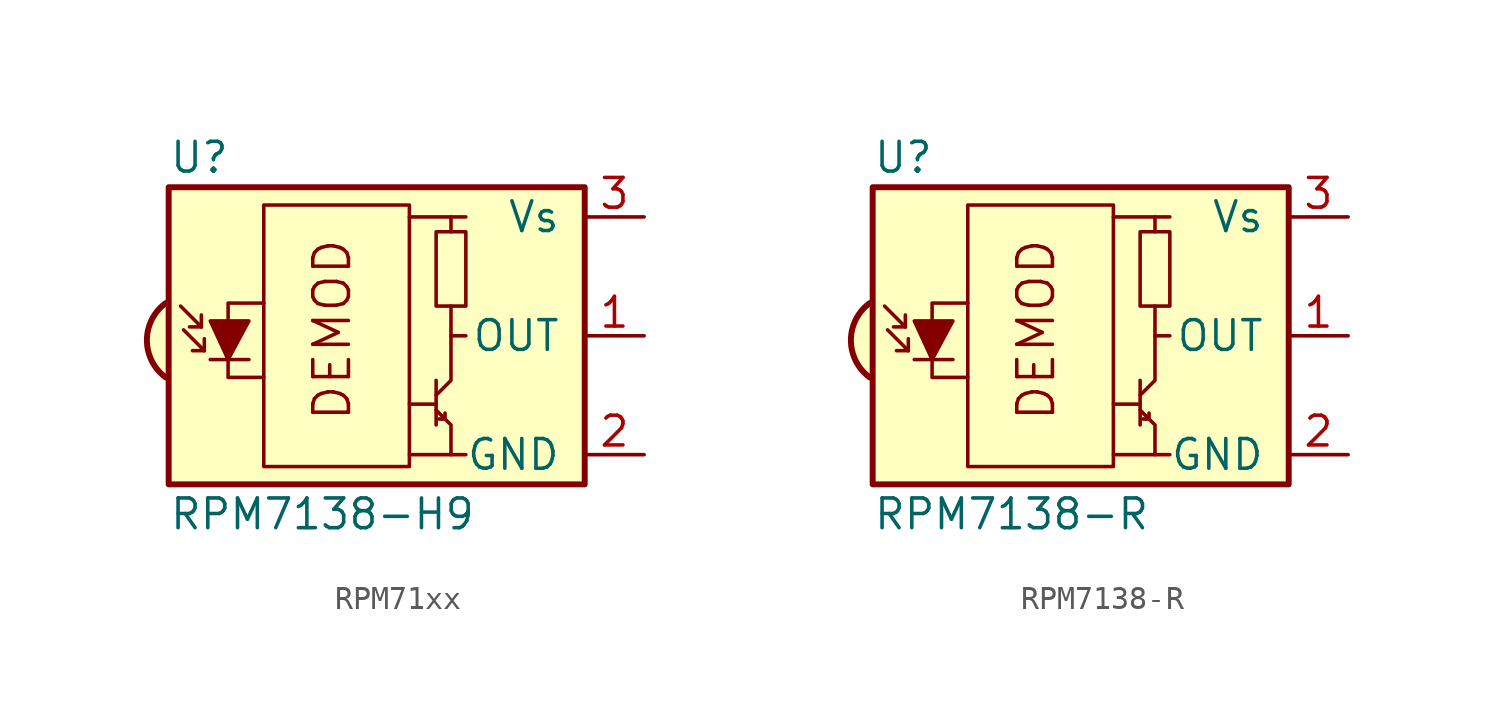
<source format=kicad_sym>
(kicad_symbol_lib
  (version 20231120)
  (generator "kicad_symbol_editor")
  (generator_version "8.0")
  (symbol "RPM71xx"
    (pin_names
      (offset 1.016))
    (property "Reference" "U"
      (at -10.16 7.62 0)
      (effects (font (size 1.27 1.27)) (justify left)))
    (property "Value" "RPM7138-H9"
      (at -10.16 -7.62 0)
      (effects (font (size 1.27 1.27)) (justify left)))
    (symbol "RPM71xx_0_0"
      (arc (start -10.287 1.397) (mid -11.0899 -0.1852) (end -10.287 -1.778) (stroke (width 0.254) (type default)) (fill (type background)))
      (polyline (pts (xy 1.905 -5.08) (xy 0.127 -5.08)) (stroke (width 0) (type default)) (fill (type none)))
      (polyline (pts (xy 1.905 5.08) (xy 0.127 5.08)) (stroke (width 0) (type default)) (fill (type none)))
      (text "DEMOD" (at -3.175 0.254 900) (effects (font (size 1.524 1.524)))))
    (symbol "RPM71xx_0_1"
      (rectangle (start -6.096 5.588) (end 0.127 -5.588) (stroke (width 0) (type default)) (fill (type none)))
      (polyline (pts (xy -8.763 0.381) (xy -9.652 1.27)) (stroke (width 0) (type default)) (fill (type none)))
      (polyline (pts (xy -8.763 0.381) (xy -9.271 0.381)) (stroke (width 0) (type default)) (fill (type none)))
      (polyline (pts (xy -8.763 0.381) (xy -8.763 0.889)) (stroke (width 0) (type default)) (fill (type none)))
      (polyline (pts (xy -8.636 -0.635) (xy -9.525 0.254)) (stroke (width 0) (type default)) (fill (type none)))
      (polyline (pts (xy -8.636 -0.635) (xy -9.144 -0.635)) (stroke (width 0) (type default)) (fill (type none)))
      (polyline (pts (xy -8.636 -0.635) (xy -8.636 -0.127)) (stroke (width 0) (type default)) (fill (type none)))
      (polyline (pts (xy -8.382 -1.016) (xy -6.731 -1.016)) (stroke (width 0) (type default)) (fill (type none)))
      (polyline (pts (xy 1.27 -2.921) (xy 0.127 -2.921)) (stroke (width 0) (type default)) (fill (type none)))
      (polyline (pts (xy 1.27 -1.905) (xy 1.27 -3.81)) (stroke (width 0) (type default)) (fill (type none)))
      (polyline (pts (xy 1.397 -3.556) (xy 1.524 -3.556)) (stroke (width 0) (type default)) (fill (type none)))
      (polyline (pts (xy 1.651 -3.556) (xy 1.524 -3.556)) (stroke (width 0) (type default)) (fill (type none)))
      (polyline (pts (xy 1.651 -3.556) (xy 1.651 -3.302)) (stroke (width 0) (type default)) (fill (type none)))
      (polyline (pts (xy 1.905 0) (xy 1.905 1.27)) (stroke (width 0) (type default)) (fill (type none)))
      (polyline (pts (xy 1.905 4.445) (xy 1.905 5.08) (xy 2.54 5.08)) (stroke (width 0) (type default)) (fill (type none)))
      (polyline (pts (xy -8.382 0.635) (xy -6.731 0.635) (xy -7.62 -1.016) (xy -8.382 0.635)) (stroke (width 0) (type default)) (fill (type outline)))
      (polyline (pts (xy -6.096 1.397) (xy -7.62 1.397) (xy -7.62 -1.778) (xy -6.096 -1.778)) (stroke (width 0) (type default)) (fill (type none)))
      (polyline (pts (xy 1.27 -3.175) (xy 1.905 -3.81) (xy 1.905 -5.08) (xy 2.54 -5.08)) (stroke (width 0) (type default)) (fill (type none)))
      (polyline (pts (xy 1.27 -2.54) (xy 1.905 -1.905) (xy 1.905 0) (xy 2.54 0)) (stroke (width 0) (type default)) (fill (type none)))
      (rectangle (start 2.54 1.27) (end 1.27 4.445) (stroke (width 0) (type default)) (fill (type none)))
      (rectangle (start 7.62 6.35) (end -10.16 -6.35) (stroke (width 0.254) (type default)) (fill (type background))))
    (symbol "RPM71xx_1_1"
      (pin output line (at 10.16 0 180) (length 2.54) (name "OUT" (effects (font (size 1.27 1.27)))) (number "1" (effects (font (size 1.27 1.27)))))
      (pin power_in line (at 10.16 -5.08 180) (length 2.54) (name "GND" (effects (font (size 1.27 1.27)))) (number "2" (effects (font (size 1.27 1.27)))))
      (pin power_in line (at 10.16 5.08 180) (length 2.54) (name "Vs" (effects (font (size 1.27 1.27)))) (number "3" (effects (font (size 1.27 1.27)))))))
  (symbol "RPM7138-R"
    (pin_names
      (offset 1.016))
    (property "Reference" "U"
      (at -10.16 7.62 0)
      (effects (font (size 1.27 1.27)) (justify left)))
    (property "Value" "RPM7138-R"
      (at -10.16 -7.62 0)
      (effects (font (size 1.27 1.27)) (justify left)))
    (symbol "RPM7138-R_0_0"
      (arc (start -10.287 1.397) (mid -11.0899 -0.1852) (end -10.287 -1.778) (stroke (width 0.254) (type default)) (fill (type background)))
      (polyline (pts (xy 1.905 -5.08) (xy 0.127 -5.08)) (stroke (width 0) (type default)) (fill (type none)))
      (polyline (pts (xy 1.905 5.08) (xy 0.127 5.08)) (stroke (width 0) (type default)) (fill (type none)))
      (text "DEMOD" (at -3.175 0.254 900) (effects (font (size 1.524 1.524)))))
    (symbol "RPM7138-R_0_1"
      (rectangle (start -6.096 5.588) (end 0.127 -5.588) (stroke (width 0) (type default)) (fill (type none)))
      (polyline (pts (xy -8.763 0.381) (xy -9.652 1.27)) (stroke (width 0) (type default)) (fill (type none)))
      (polyline (pts (xy -8.763 0.381) (xy -9.271 0.381)) (stroke (width 0) (type default)) (fill (type none)))
      (polyline (pts (xy -8.763 0.381) (xy -8.763 0.889)) (stroke (width 0) (type default)) (fill (type none)))
      (polyline (pts (xy -8.636 -0.635) (xy -9.525 0.254)) (stroke (width 0) (type default)) (fill (type none)))
      (polyline (pts (xy -8.636 -0.635) (xy -9.144 -0.635)) (stroke (width 0) (type default)) (fill (type none)))
      (polyline (pts (xy -8.636 -0.635) (xy -8.636 -0.127)) (stroke (width 0) (type default)) (fill (type none)))
      (polyline (pts (xy -8.382 -1.016) (xy -6.731 -1.016)) (stroke (width 0) (type default)) (fill (type none)))
      (polyline (pts (xy 1.27 -2.921) (xy 0.127 -2.921)) (stroke (width 0) (type default)) (fill (type none)))
      (polyline (pts (xy 1.27 -1.905) (xy 1.27 -3.81)) (stroke (width 0) (type default)) (fill (type none)))
      (polyline (pts (xy 1.397 -3.556) (xy 1.524 -3.556)) (stroke (width 0) (type default)) (fill (type none)))
      (polyline (pts (xy 1.651 -3.556) (xy 1.524 -3.556)) (stroke (width 0) (type default)) (fill (type none)))
      (polyline (pts (xy 1.651 -3.556) (xy 1.651 -3.302)) (stroke (width 0) (type default)) (fill (type none)))
      (polyline (pts (xy 1.905 0) (xy 1.905 1.27)) (stroke (width 0) (type default)) (fill (type none)))
      (polyline (pts (xy 1.905 4.445) (xy 1.905 5.08) (xy 2.54 5.08)) (stroke (width 0) (type default)) (fill (type none)))
      (polyline (pts (xy -8.382 0.635) (xy -6.731 0.635) (xy -7.62 -1.016) (xy -8.382 0.635)) (stroke (width 0) (type default)) (fill (type outline)))
      (polyline (pts (xy -6.096 1.397) (xy -7.62 1.397) (xy -7.62 -1.778) (xy -6.096 -1.778)) (stroke (width 0) (type default)) (fill (type none)))
      (polyline (pts (xy 1.27 -3.175) (xy 1.905 -3.81) (xy 1.905 -5.08) (xy 2.54 -5.08)) (stroke (width 0) (type default)) (fill (type none)))
      (polyline (pts (xy 1.27 -2.54) (xy 1.905 -1.905) (xy 1.905 0) (xy 2.54 0)) (stroke (width 0) (type default)) (fill (type none)))
      (rectangle (start 2.54 1.27) (end 1.27 4.445) (stroke (width 0) (type default)) (fill (type none)))
      (rectangle (start 7.62 6.35) (end -10.16 -6.35) (stroke (width 0.254) (type default)) (fill (type background))))
    (symbol "RPM7138-R_1_1"
      (pin output line (at 10.16 0 180) (length 2.54) (name "OUT" (effects (font (size 1.27 1.27)))) (number "1" (effects (font (size 1.27 1.27)))))
      (pin power_in line (at 10.16 -5.08 180) (length 2.54) (name "GND" (effects (font (size 1.27 1.27)))) (number "2" (effects (font (size 1.27 1.27)))))
      (pin power_in line (at 10.16 5.08 180) (length 2.54) (name "Vs" (effects (font (size 1.27 1.27)))) (number "3" (effects (font (size 1.27 1.27))))))))
</source>
